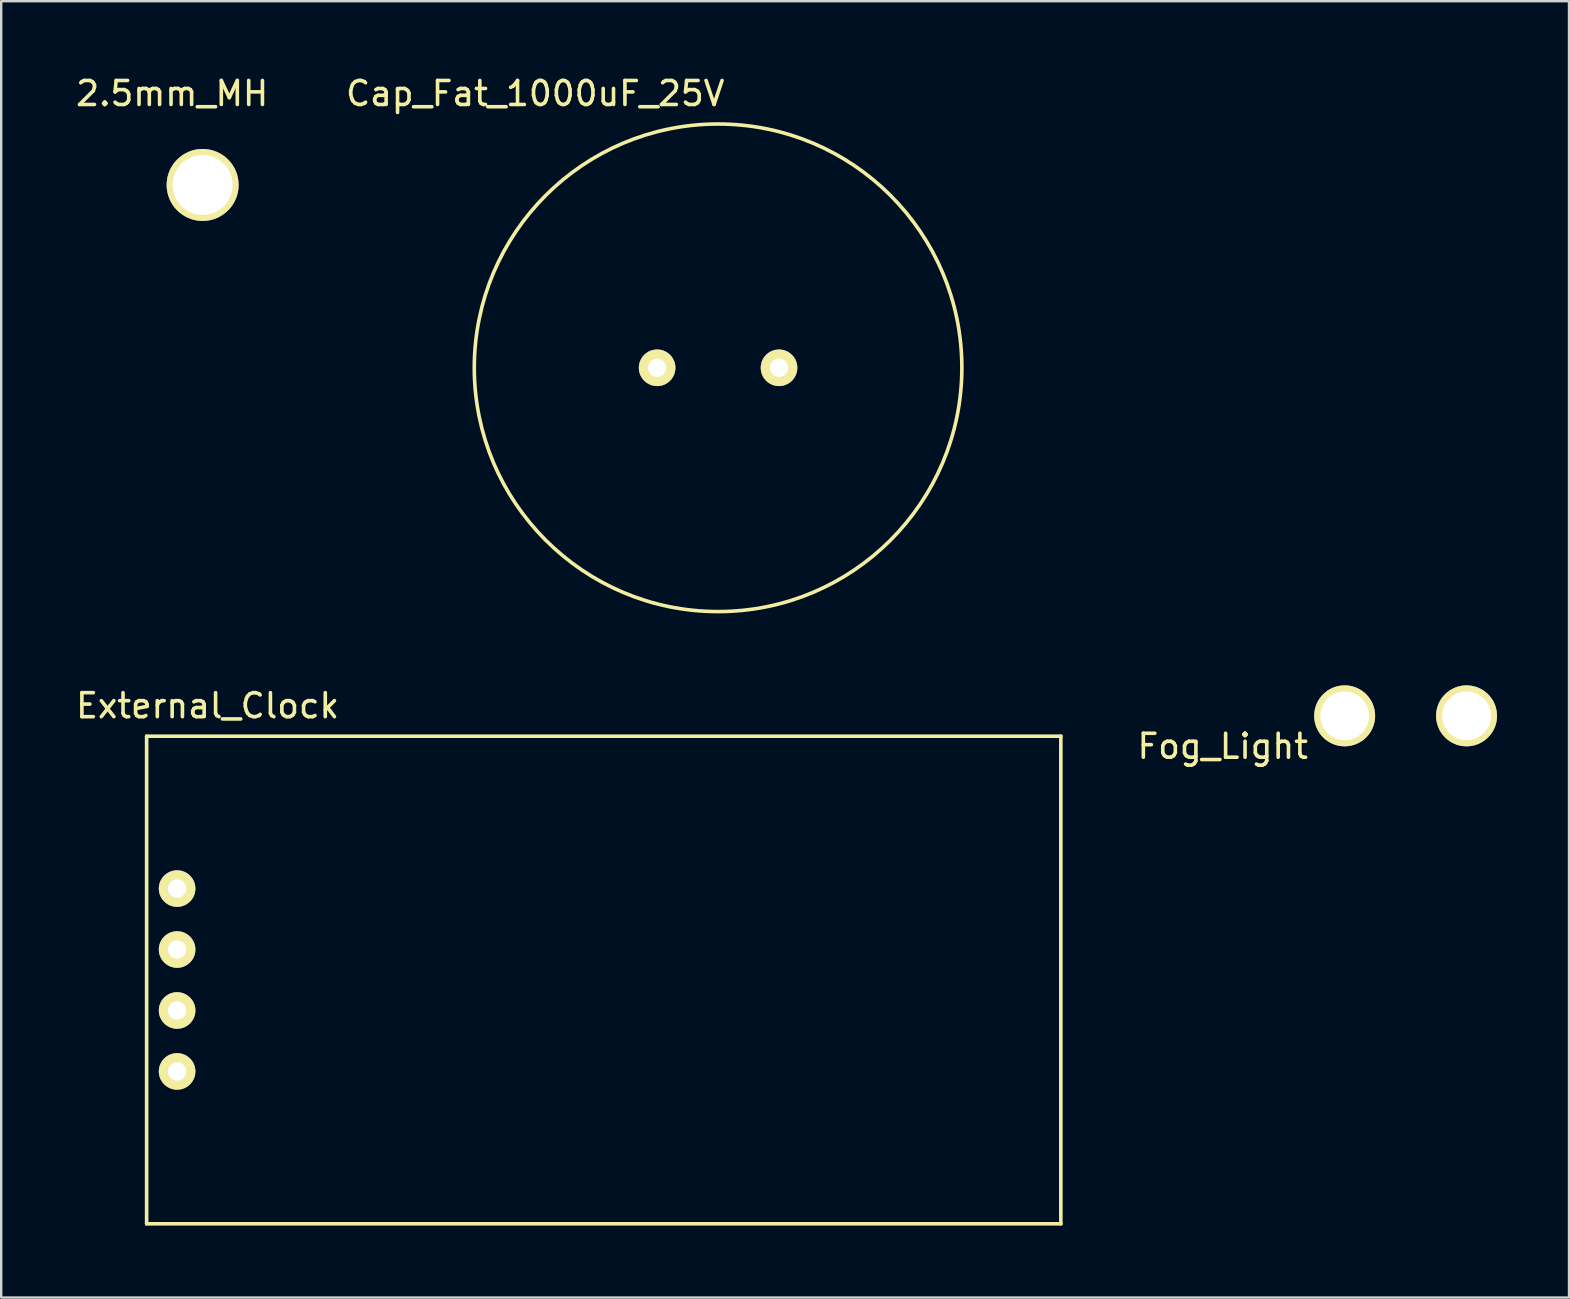
<source format=kicad_pcb>
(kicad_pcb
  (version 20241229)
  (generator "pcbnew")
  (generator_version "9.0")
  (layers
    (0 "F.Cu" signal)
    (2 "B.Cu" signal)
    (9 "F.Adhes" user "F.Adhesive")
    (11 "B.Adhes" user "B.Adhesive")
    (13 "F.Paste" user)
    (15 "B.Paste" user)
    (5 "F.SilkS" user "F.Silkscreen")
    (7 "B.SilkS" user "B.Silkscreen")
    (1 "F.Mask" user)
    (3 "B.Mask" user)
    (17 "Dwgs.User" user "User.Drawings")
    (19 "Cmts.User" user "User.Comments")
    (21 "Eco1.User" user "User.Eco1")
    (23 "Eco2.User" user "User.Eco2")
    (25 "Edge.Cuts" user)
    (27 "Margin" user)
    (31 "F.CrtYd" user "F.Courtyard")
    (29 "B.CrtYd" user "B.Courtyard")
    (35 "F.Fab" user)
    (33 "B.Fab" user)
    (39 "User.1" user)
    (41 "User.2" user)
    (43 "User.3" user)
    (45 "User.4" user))
  (footprint "2.5mm_MH"
    (layer "F.Cu")
    (at 5.395 4.658)
    (property "Reference" "2.5mm_MH" (at -1.27 -3.81 0) (layer "F.SilkS") (effects (font (size 1 1) (thickness 0.15))))
    (attr through_hole)
    (pad "1" thru_hole circle (at 0 0) (size 3 3) (drill 2.5) (layers "*.Cu" "*.Mask" "F.SilkS")))
  (footprint "Fog_Light"
    (layer "F.Cu")
    (at 52.989 26.783)
    (property "Reference" "Fog_Light" (at -5.08 1.27 0) (layer "F.SilkS") (effects (font (size 1 1) (thickness 0.15))))
    (attr through_hole)
    (pad "1" thru_hole circle (at 0 0) (size 2.54 2.54) (drill 2.032) (layers "*.Cu" "*.Mask" "F.SilkS"))
    (pad "2" thru_hole circle (at 5.08 0) (size 2.54 2.54) (drill 2.032) (layers "*.Cu" "*.Mask" "F.SilkS")))
  (footprint "Cap_Fat_1000uF_25V"
    (layer "F.Cu")
    (at 24.336 13.548)
    (property "Reference" "Cap_Fat_1000uF_25V" (at -5.08 -12.7 0) (layer "F.SilkS") (effects (font (size 1 1) (thickness 0.15))))
    (attr through_hole)
    (fp_circle (center 2.54 -1.27) (end 12.7 -1.27) (stroke (width 0.15) (type solid)) (fill no) (layer "F.SilkS"))
    (pad "1" thru_hole circle (at 0 -1.27) (size 1.524 1.524) (drill 0.762) (layers "*.Cu" "*.Mask" "F.SilkS"))
    (pad "2" thru_hole circle (at 5.08 -1.27) (size 1.524 1.524) (drill 0.762) (layers "*.Cu" "*.Mask" "F.SilkS")))
  (footprint "External_Clock"
    (layer "F.Cu")
    (at 4.331 41.602)
    (property "Reference" "External_Clock" (at 1.27 -15.24 0) (layer "F.SilkS") (effects (font (size 1 1) (thickness 0.15))))
    (attr through_hole)
    (fp_line (start -1.27 -13.97) (end 36.83 -13.97) (stroke (width 0.15) (type solid)) (layer "F.SilkS"))
    (fp_line (start -1.27 6.35) (end -1.27 -13.97) (stroke (width 0.15) (type solid)) (layer "F.SilkS"))
    (fp_line (start 36.83 -13.97) (end 36.83 6.35) (stroke (width 0.15) (type solid)) (layer "F.SilkS"))
    (fp_line (start 36.83 6.35) (end -1.27 6.35) (stroke (width 0.15) (type solid)) (layer "F.SilkS"))
    (pad "1" thru_hole circle (at 0 0) (size 1.524 1.524) (drill 0.762) (layers "*.Cu" "*.Mask" "F.SilkS"))
    (pad "2" thru_hole circle (at 0 -2.54) (size 1.524 1.524) (drill 0.762) (layers "*.Cu" "*.Mask" "F.SilkS"))
    (pad "3" thru_hole circle (at 0 -5.08) (size 1.524 1.524) (drill 0.762) (layers "*.Cu" "*.Mask" "F.SilkS"))
    (pad "4" thru_hole circle (at 0 -7.62) (size 1.524 1.524) (drill 0.762) (layers "*.Cu" "*.Mask" "F.SilkS")))
  (gr_rect
    (start -3 -3)
    (end 62.339 51.026)
    (stroke (width 0.1) (type default))
    (fill no)
    (layer "Edge.Cuts")))
</source>
